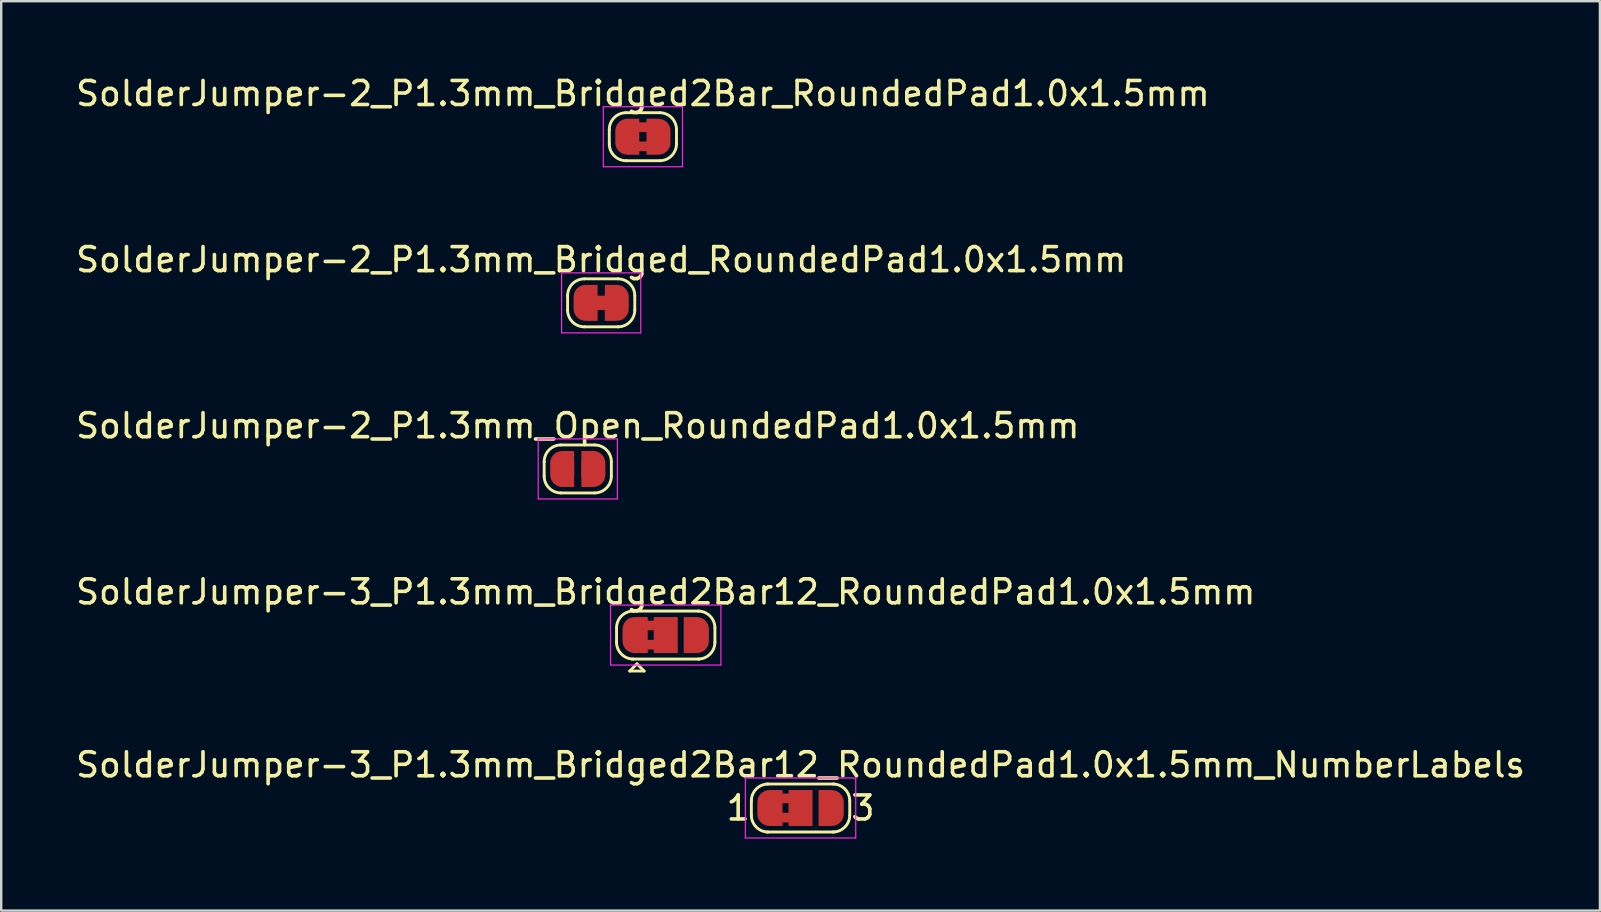
<source format=kicad_pcb>
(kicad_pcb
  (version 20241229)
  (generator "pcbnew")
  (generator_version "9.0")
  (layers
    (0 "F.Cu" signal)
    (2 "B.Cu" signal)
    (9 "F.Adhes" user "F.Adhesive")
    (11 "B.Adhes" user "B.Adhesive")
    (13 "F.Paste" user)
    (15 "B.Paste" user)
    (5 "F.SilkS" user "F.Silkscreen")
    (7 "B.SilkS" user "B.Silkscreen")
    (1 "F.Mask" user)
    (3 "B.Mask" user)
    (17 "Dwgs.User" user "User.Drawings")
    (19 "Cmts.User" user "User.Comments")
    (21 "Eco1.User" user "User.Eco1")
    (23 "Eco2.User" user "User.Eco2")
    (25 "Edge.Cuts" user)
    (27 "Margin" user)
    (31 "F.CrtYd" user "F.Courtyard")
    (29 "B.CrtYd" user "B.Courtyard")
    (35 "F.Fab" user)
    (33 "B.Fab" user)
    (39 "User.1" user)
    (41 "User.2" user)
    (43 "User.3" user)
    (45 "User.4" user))
  (footprint "SolderJumper-2_P1.3mm_Bridged2Bar_RoundedPad1.0x1.5mm"
    (layer "F.Cu")
    (at 23.744 2.648)
    (property "Reference" "SolderJumper-2_P1.3mm_Bridged2Bar_RoundedPad1.0x1.5mm" (at 0 -1.8 0) (layer "F.SilkS") (effects (font (size 1 1) (thickness 0.15))))
    (attr exclude_from_pos_files exclude_from_bom)
    (fp_line (start -1.4 0.3) (end -1.4 -0.3) (stroke (width 0.12) (type solid)) (layer "F.SilkS"))
    (fp_line (start -0.7 -1) (end 0.7 -1) (stroke (width 0.12) (type solid)) (layer "F.SilkS"))
    (fp_line (start 0.7 1) (end -0.7 1) (stroke (width 0.12) (type solid)) (layer "F.SilkS"))
    (fp_line (start 1.4 -0.3) (end 1.4 0.3) (stroke (width 0.12) (type solid)) (layer "F.SilkS"))
    (fp_arc (start -1.4 -0.3) (mid -1.194975 -0.794975) (end -0.7 -1) (stroke (width 0.12) (type solid)) (layer "F.SilkS"))
    (fp_arc (start -0.7 1) (mid -1.194975 0.794975) (end -1.4 0.3) (stroke (width 0.12) (type solid)) (layer "F.SilkS"))
    (fp_arc (start 0.7 -1) (mid 1.194975 -0.794975) (end 1.4 -0.3) (stroke (width 0.12) (type solid)) (layer "F.SilkS"))
    (fp_arc (start 1.4 0.3) (mid 1.194975 0.794975) (end 0.7 1) (stroke (width 0.12) (type solid)) (layer "F.SilkS"))
    (fp_line (start -1.65 -1.25) (end -1.65 1.25) (stroke (width 0.05) (type solid)) (layer "F.CrtYd"))
    (fp_line (start -1.65 -1.25) (end 1.65 -1.25) (stroke (width 0.05) (type solid)) (layer "F.CrtYd"))
    (fp_line (start 1.65 1.25) (end -1.65 1.25) (stroke (width 0.05) (type solid)) (layer "F.CrtYd"))
    (fp_line (start 1.65 1.25) (end 1.65 -1.25) (stroke (width 0.05) (type solid)) (layer "F.CrtYd"))
    (pad "1" smd custom (at -0.65 0) (size 1 0.5) (layers "F.Cu" "F.Mask") (options (anchor rect)) (primitives (gr_circle (center 0 0.25) (end 0.5 0.25) (width 0) (fill yes)) (gr_circle (center 0 -0.25) (end 0.5 -0.25) (width 0) (fill yes)) (gr_poly (pts (xy 0.5 0.75) (xy 0.5 -0.75) (xy 0 -0.75) (xy 0 0.75)) (width 0) (fill yes)) (gr_poly (pts (xy 0.4 0.2) (xy 0.9 0.2) (xy 0.9 0.6) (xy 0.4 0.6)) (width 0) (fill yes)) (gr_poly (pts (xy 0.4 -0.6) (xy 0.9 -0.6) (xy 0.9 -0.2) (xy 0.4 -0.2)) (width 0) (fill yes))))
    (pad "2" smd custom (at 0.65 0) (size 1 0.5) (layers "F.Cu" "F.Mask") (options (anchor rect)) (primitives (gr_circle (center 0 0.25) (end 0.5 0.25) (width 0) (fill yes)) (gr_circle (center 0 -0.25) (end 0.5 -0.25) (width 0) (fill yes)) (gr_poly (pts (xy -0.5 0.75) (xy -0.5 -0.75) (xy 0 -0.75) (xy 0 0.75)) (width 0) (fill yes)))))
  (footprint "SolderJumper-2_P1.3mm_Bridged_RoundedPad1.0x1.5mm"
    (layer "F.Cu")
    (at 22.006 9.572)
    (property "Reference" "SolderJumper-2_P1.3mm_Bridged_RoundedPad1.0x1.5mm" (at 0 -1.8 0) (layer "F.SilkS") (effects (font (size 1 1) (thickness 0.15))))
    (attr exclude_from_pos_files exclude_from_bom)
    (fp_line (start -1.4 0.3) (end -1.4 -0.3) (stroke (width 0.12) (type solid)) (layer "F.SilkS"))
    (fp_line (start -0.7 -1) (end 0.7 -1) (stroke (width 0.12) (type solid)) (layer "F.SilkS"))
    (fp_line (start 0.7 1) (end -0.7 1) (stroke (width 0.12) (type solid)) (layer "F.SilkS"))
    (fp_line (start 1.4 -0.3) (end 1.4 0.3) (stroke (width 0.12) (type solid)) (layer "F.SilkS"))
    (fp_arc (start -1.4 -0.3) (mid -1.194975 -0.794975) (end -0.7 -1) (stroke (width 0.12) (type solid)) (layer "F.SilkS"))
    (fp_arc (start -0.7 1) (mid -1.194975 0.794975) (end -1.4 0.3) (stroke (width 0.12) (type solid)) (layer "F.SilkS"))
    (fp_arc (start 0.7 -1) (mid 1.194975 -0.794975) (end 1.4 -0.3) (stroke (width 0.12) (type solid)) (layer "F.SilkS"))
    (fp_arc (start 1.4 0.3) (mid 1.194975 0.794975) (end 0.7 1) (stroke (width 0.12) (type solid)) (layer "F.SilkS"))
    (fp_line (start -1.65 -1.25) (end -1.65 1.25) (stroke (width 0.05) (type solid)) (layer "F.CrtYd"))
    (fp_line (start -1.65 -1.25) (end 1.65 -1.25) (stroke (width 0.05) (type solid)) (layer "F.CrtYd"))
    (fp_line (start 1.65 1.25) (end -1.65 1.25) (stroke (width 0.05) (type solid)) (layer "F.CrtYd"))
    (fp_line (start 1.65 1.25) (end 1.65 -1.25) (stroke (width 0.05) (type solid)) (layer "F.CrtYd"))
    (pad "1" smd custom (at -0.65 0) (size 1 0.5) (layers "F.Cu" "F.Mask") (options (anchor rect)) (primitives (gr_circle (center 0 0.25) (end 0.5 0.25) (width 0) (fill yes)) (gr_circle (center 0 -0.25) (end 0.5 -0.25) (width 0) (fill yes)) (gr_poly (pts (xy 0 -0.75) (xy 0.5 -0.75) (xy 0.5 0.75) (xy 0 0.75)) (width 0) (fill yes)) (gr_poly (pts (xy 0.9 -0.3) (xy 0.4 -0.3) (xy 0.4 0.3) (xy 0.9 0.3)) (width 0) (fill yes))))
    (pad "2" smd custom (at 0.65 0) (size 1 0.5) (layers "F.Cu" "F.Mask") (options (anchor rect)) (primitives (gr_circle (center 0 0.25) (end 0.5 0.25) (width 0) (fill yes)) (gr_circle (center 0 -0.25) (end 0.5 -0.25) (width 0) (fill yes)) (gr_poly (pts (xy 0 -0.75) (xy -0.5 -0.75) (xy -0.5 0.75) (xy 0 0.75)) (width 0) (fill yes)))))
  (footprint "SolderJumper-2_P1.3mm_Open_RoundedPad1.0x1.5mm"
    (layer "F.Cu")
    (at 21.03 16.495)
    (property "Reference" "SolderJumper-2_P1.3mm_Open_RoundedPad1.0x1.5mm" (at 0 -1.8 0) (layer "F.SilkS") (effects (font (size 1 1) (thickness 0.15))))
    (attr exclude_from_pos_files exclude_from_bom)
    (fp_line (start -1.4 0.3) (end -1.4 -0.3) (stroke (width 0.12) (type solid)) (layer "F.SilkS"))
    (fp_line (start -0.7 -1) (end 0.7 -1) (stroke (width 0.12) (type solid)) (layer "F.SilkS"))
    (fp_line (start 0.7 1) (end -0.7 1) (stroke (width 0.12) (type solid)) (layer "F.SilkS"))
    (fp_line (start 1.4 -0.3) (end 1.4 0.3) (stroke (width 0.12) (type solid)) (layer "F.SilkS"))
    (fp_arc (start -1.4 -0.3) (mid -1.194975 -0.794975) (end -0.7 -1) (stroke (width 0.12) (type solid)) (layer "F.SilkS"))
    (fp_arc (start -0.7 1) (mid -1.194975 0.794975) (end -1.4 0.3) (stroke (width 0.12) (type solid)) (layer "F.SilkS"))
    (fp_arc (start 0.7 -1) (mid 1.194975 -0.794975) (end 1.4 -0.3) (stroke (width 0.12) (type solid)) (layer "F.SilkS"))
    (fp_arc (start 1.4 0.3) (mid 1.194975 0.794975) (end 0.7 1) (stroke (width 0.12) (type solid)) (layer "F.SilkS"))
    (fp_line (start -1.65 -1.25) (end -1.65 1.25) (stroke (width 0.05) (type solid)) (layer "F.CrtYd"))
    (fp_line (start -1.65 -1.25) (end 1.65 -1.25) (stroke (width 0.05) (type solid)) (layer "F.CrtYd"))
    (fp_line (start 1.65 1.25) (end -1.65 1.25) (stroke (width 0.05) (type solid)) (layer "F.CrtYd"))
    (fp_line (start 1.65 1.25) (end 1.65 -1.25) (stroke (width 0.05) (type solid)) (layer "F.CrtYd"))
    (pad "1" smd roundrect (at -0.65 0) (size 1 1.5) (layers "F.Cu" "F.Mask") (roundrect_rratio 0.5))
    (pad "1" smd rect (at -0.4 0) (size 0.5 1.5) (layers "F.Cu" "F.Mask"))
    (pad "2" smd rect (at 0.4 0) (size 0.5 1.5) (layers "F.Cu" "F.Mask"))
    (pad "2" smd roundrect (at 0.65 0) (size 1 1.5) (layers "F.Cu" "F.Mask") (roundrect_rratio 0.5)))
  (footprint "SolderJumper-3_P1.3mm_Bridged2Bar12_RoundedPad1.0x1.5mm"
    (layer "F.Cu")
    (at 24.696 23.418)
    (property "Reference" "SolderJumper-3_P1.3mm_Bridged2Bar12_RoundedPad1.0x1.5mm" (at 0 -1.8 0) (layer "F.SilkS") (effects (font (size 1 1) (thickness 0.15))))
    (attr exclude_from_pos_files exclude_from_bom)
    (fp_line (start -2.05 0.3) (end -2.05 -0.3) (stroke (width 0.12) (type solid)) (layer "F.SilkS"))
    (fp_line (start -1.5 1.5) (end -0.9 1.5) (stroke (width 0.12) (type solid)) (layer "F.SilkS"))
    (fp_line (start -1.4 -1) (end 1.4 -1) (stroke (width 0.12) (type solid)) (layer "F.SilkS"))
    (fp_line (start -1.2 1.2) (end -1.5 1.5) (stroke (width 0.12) (type solid)) (layer "F.SilkS"))
    (fp_line (start -1.2 1.2) (end -0.9 1.5) (stroke (width 0.12) (type solid)) (layer "F.SilkS"))
    (fp_line (start 1.4 1) (end -1.4 1) (stroke (width 0.12) (type solid)) (layer "F.SilkS"))
    (fp_line (start 2.05 -0.3) (end 2.05 0.3) (stroke (width 0.12) (type solid)) (layer "F.SilkS"))
    (fp_arc (start -2.05 -0.3) (mid -1.844975 -0.794975) (end -1.35 -1) (stroke (width 0.12) (type solid)) (layer "F.SilkS"))
    (fp_arc (start -1.35 1) (mid -1.844975 0.794975) (end -2.05 0.3) (stroke (width 0.12) (type solid)) (layer "F.SilkS"))
    (fp_arc (start 1.35 -1) (mid 1.844975 -0.794975) (end 2.05 -0.3) (stroke (width 0.12) (type solid)) (layer "F.SilkS"))
    (fp_arc (start 2.05 0.3) (mid 1.844975 0.794975) (end 1.35 1) (stroke (width 0.12) (type solid)) (layer "F.SilkS"))
    (fp_line (start -2.3 -1.25) (end -2.3 1.25) (stroke (width 0.05) (type solid)) (layer "F.CrtYd"))
    (fp_line (start -2.3 -1.25) (end 2.3 -1.25) (stroke (width 0.05) (type solid)) (layer "F.CrtYd"))
    (fp_line (start 2.3 1.25) (end -2.3 1.25) (stroke (width 0.05) (type solid)) (layer "F.CrtYd"))
    (fp_line (start 2.3 1.25) (end 2.3 -1.25) (stroke (width 0.05) (type solid)) (layer "F.CrtYd"))
    (pad "1" smd custom (at -1.3 0) (size 1 0.5) (layers "F.Cu" "F.Mask") (options (anchor rect)) (primitives (gr_circle (center 0 0.25) (end 0.5 0.25) (width 0) (fill yes)) (gr_circle (center 0 -0.25) (end 0.5 -0.25) (width 0) (fill yes)) (gr_poly (pts (xy 0.55 -0.75) (xy 0 -0.75) (xy 0 0.75) (xy 0.55 0.75)) (width 0) (fill yes)) (gr_poly (pts (xy 0.4 -0.6) (xy 0.9 -0.6) (xy 0.9 -0.2) (xy 0.4 -0.2)) (width 0) (fill yes)) (gr_poly (pts (xy 0.4 0.2) (xy 0.9 0.2) (xy 0.9 0.6) (xy 0.4 0.6)) (width 0) (fill yes))))
    (pad "2" smd rect (at 0 0) (size 1 1.5) (layers "F.Cu" "F.Mask"))
    (pad "3" smd custom (at 1.3 0) (size 1 0.5) (layers "F.Cu" "F.Mask") (options (anchor rect)) (primitives (gr_circle (center 0 0.25) (end 0.5 0.25) (width 0) (fill yes)) (gr_circle (center 0 -0.25) (end 0.5 -0.25) (width 0) (fill yes)) (gr_poly (pts (xy -0.55 -0.75) (xy 0 -0.75) (xy 0 0.75) (xy -0.55 0.75)) (width 0) (fill yes)))))
  (footprint "SolderJumper-3_P1.3mm_Bridged2Bar12_RoundedPad1.0x1.5mm_NumberLabels"
    (layer "F.Cu")
    (at 30.315 30.626)
    (property "Reference" "SolderJumper-3_P1.3mm_Bridged2Bar12_RoundedPad1.0x1.5mm_NumberLabels" (at 0 -1.8 0) (layer "F.SilkS") (effects (font (size 1 1) (thickness 0.15))))
    (attr exclude_from_pos_files exclude_from_bom)
    (fp_line (start -2.05 0.3) (end -2.05 -0.3) (stroke (width 0.12) (type solid)) (layer "F.SilkS"))
    (fp_line (start -1.4 -1) (end 1.4 -1) (stroke (width 0.12) (type solid)) (layer "F.SilkS"))
    (fp_line (start 1.4 1) (end -1.4 1) (stroke (width 0.12) (type solid)) (layer "F.SilkS"))
    (fp_line (start 2.05 -0.3) (end 2.05 0.3) (stroke (width 0.12) (type solid)) (layer "F.SilkS"))
    (fp_arc (start -2.05 -0.3) (mid -1.844975 -0.794975) (end -1.35 -1) (stroke (width 0.12) (type solid)) (layer "F.SilkS"))
    (fp_arc (start -1.35 1) (mid -1.844975 0.794975) (end -2.05 0.3) (stroke (width 0.12) (type solid)) (layer "F.SilkS"))
    (fp_arc (start 1.35 -1) (mid 1.844975 -0.794975) (end 2.05 -0.3) (stroke (width 0.12) (type solid)) (layer "F.SilkS"))
    (fp_arc (start 2.05 0.3) (mid 1.844975 0.794975) (end 1.35 1) (stroke (width 0.12) (type solid)) (layer "F.SilkS"))
    (fp_line (start -2.3 -1.25) (end -2.3 1.25) (stroke (width 0.05) (type solid)) (layer "F.CrtYd"))
    (fp_line (start -2.3 -1.25) (end 2.3 -1.25) (stroke (width 0.05) (type solid)) (layer "F.CrtYd"))
    (fp_line (start 2.3 1.25) (end -2.3 1.25) (stroke (width 0.05) (type solid)) (layer "F.CrtYd"))
    (fp_line (start 2.3 1.25) (end 2.3 -1.25) (stroke (width 0.05) (type solid)) (layer "F.CrtYd"))
    (fp_text user "1" (at -2.6 0 0) (layer "F.SilkS") (effects (font (size 1 1) (thickness 0.15))))
    (fp_text user "3" (at 2.6 0 0) (layer "F.SilkS") (effects (font (size 1 1) (thickness 0.15))))
    (pad "1" smd custom (at -1.3 0) (size 1 0.5) (layers "F.Cu" "F.Mask") (options (anchor rect)) (primitives (gr_circle (center 0 0.25) (end 0.5 0.25) (width 0) (fill yes)) (gr_circle (center 0 -0.25) (end 0.5 -0.25) (width 0) (fill yes)) (gr_poly (pts (xy 0.55 -0.75) (xy 0 -0.75) (xy 0 0.75) (xy 0.55 0.75)) (width 0) (fill yes)) (gr_poly (pts (xy 0.4 -0.6) (xy 0.9 -0.6) (xy 0.9 -0.2) (xy 0.4 -0.2)) (width 0) (fill yes)) (gr_poly (pts (xy 0.4 0.2) (xy 0.9 0.2) (xy 0.9 0.6) (xy 0.4 0.6)) (width 0) (fill yes))))
    (pad "2" smd rect (at 0 0) (size 1 1.5) (layers "F.Cu" "F.Mask"))
    (pad "3" smd custom (at 1.3 0) (size 1 0.5) (layers "F.Cu" "F.Mask") (options (anchor rect)) (primitives (gr_circle (center 0 0.25) (end 0.5 0.25) (width 0) (fill yes)) (gr_circle (center 0 -0.25) (end 0.5 -0.25) (width 0) (fill yes)) (gr_poly (pts (xy -0.55 -0.75) (xy 0 -0.75) (xy 0 0.75) (xy -0.55 0.75)) (width 0) (fill yes)))))
  (gr_rect
    (start -3 -3)
    (end 63.631 34.901)
    (stroke (width 0.1) (type default))
    (fill no)
    (layer "Edge.Cuts")))
</source>
